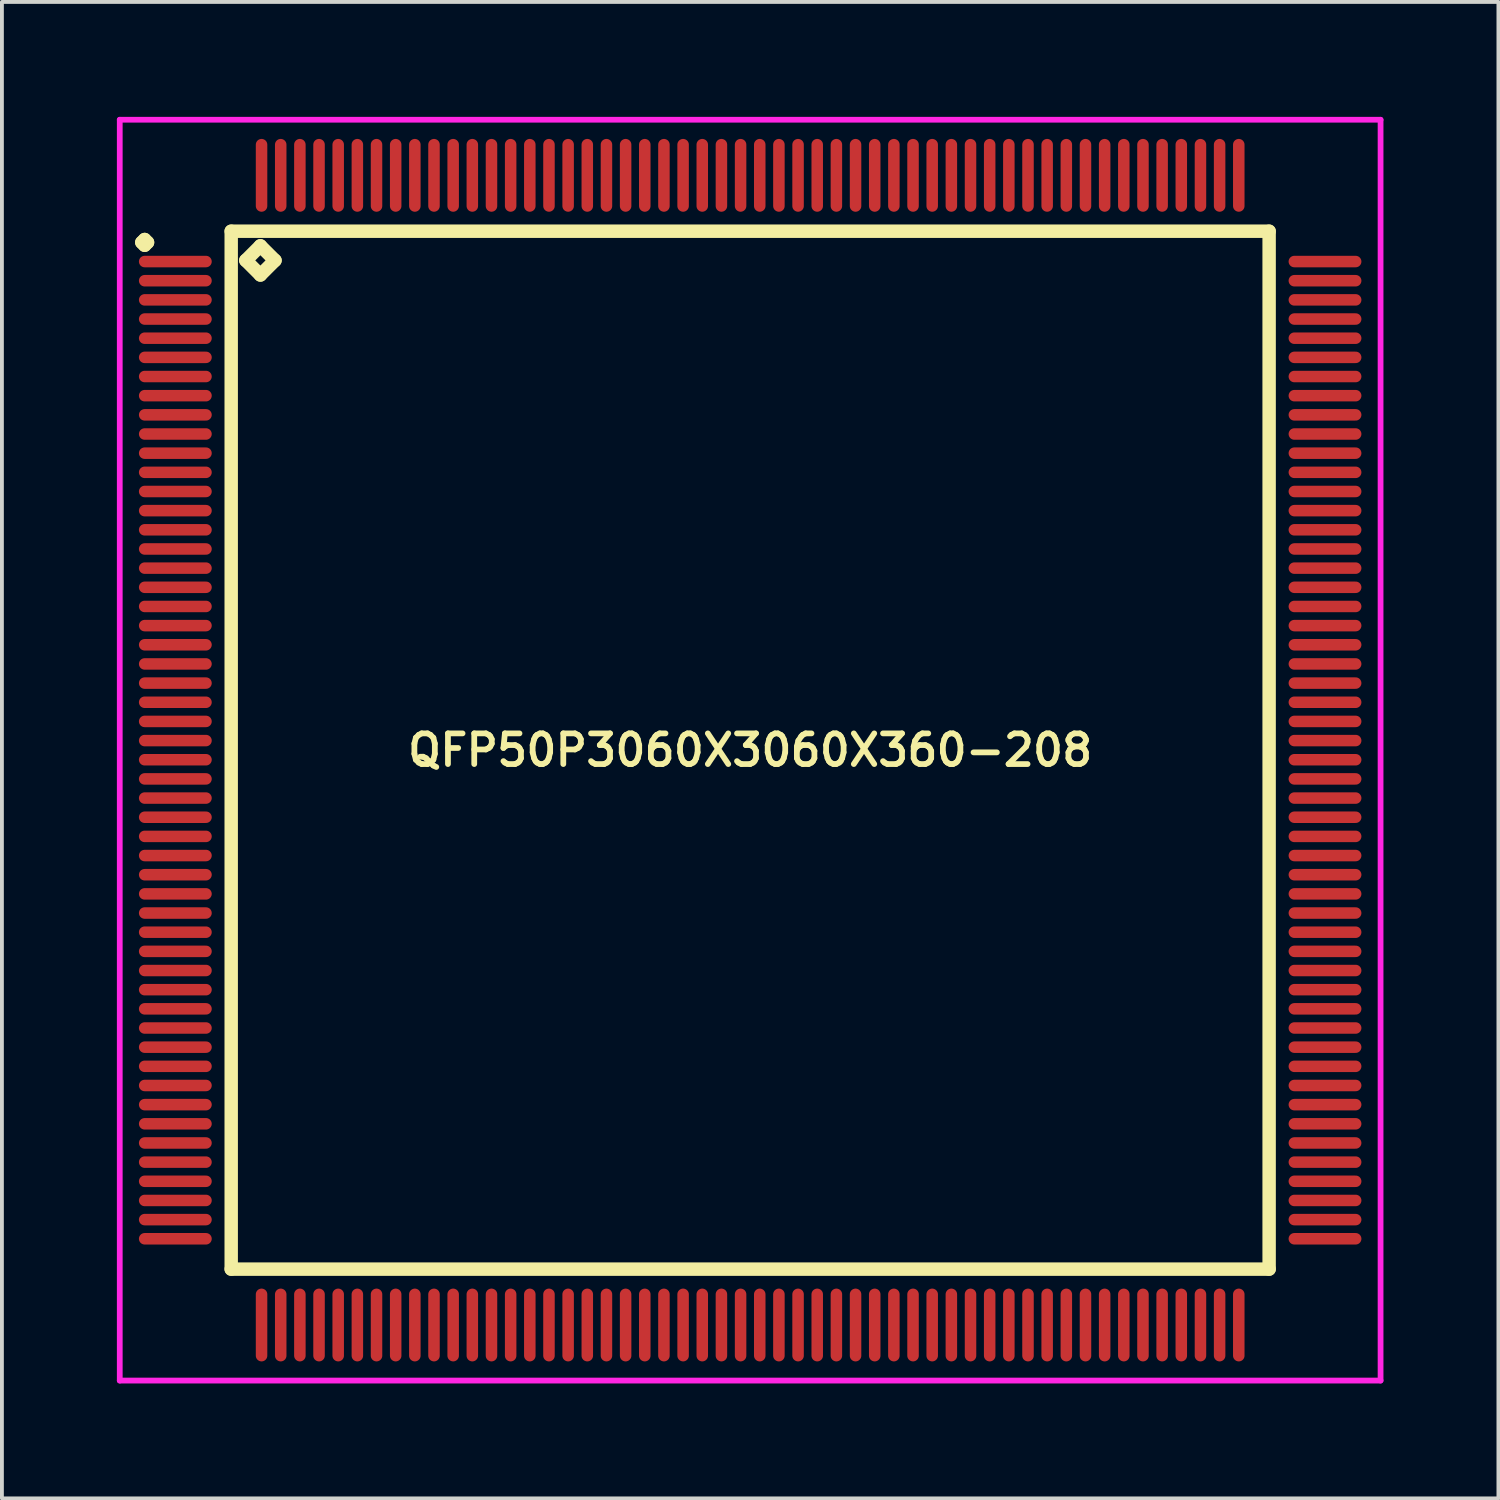
<source format=kicad_pcb>
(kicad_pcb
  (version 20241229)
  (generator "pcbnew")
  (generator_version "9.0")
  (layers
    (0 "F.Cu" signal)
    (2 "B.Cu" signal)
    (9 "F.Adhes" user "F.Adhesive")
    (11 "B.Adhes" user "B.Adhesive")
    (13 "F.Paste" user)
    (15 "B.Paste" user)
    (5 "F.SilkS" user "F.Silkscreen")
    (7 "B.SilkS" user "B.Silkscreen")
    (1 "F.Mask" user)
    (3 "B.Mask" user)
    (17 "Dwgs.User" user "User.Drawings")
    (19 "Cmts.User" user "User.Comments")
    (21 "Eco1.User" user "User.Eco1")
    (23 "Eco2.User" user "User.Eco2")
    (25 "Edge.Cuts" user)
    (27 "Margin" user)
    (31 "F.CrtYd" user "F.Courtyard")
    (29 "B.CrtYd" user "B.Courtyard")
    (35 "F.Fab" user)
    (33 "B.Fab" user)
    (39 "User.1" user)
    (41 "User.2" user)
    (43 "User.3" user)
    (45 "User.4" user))
  (footprint "QFP50P3060X3060X360-208"
    (layer "F.Cu")
    (at 16.525 16.525)
    (property "Reference" "QFP50P3060X3060X360-208" (at 0 0 0) (layer "F.SilkS") (effects (font (size 0.8 0.8) (thickness 0.15))))
    (attr through_hole)
    (fp_line (start -15.875 -13.25) (end -15.8 -13.325) (stroke (width 0.35) (type solid)) (layer "F.SilkS"))
    (fp_line (start -15.8 -13.325) (end -15.725 -13.25) (stroke (width 0.35) (type solid)) (layer "F.SilkS"))
    (fp_line (start -15.8 -13.175) (end -15.875 -13.25) (stroke (width 0.35) (type solid)) (layer "F.SilkS"))
    (fp_line (start -15.725 -13.25) (end -15.8 -13.175) (stroke (width 0.35) (type solid)) (layer "F.SilkS"))
    (fp_line (start -13.542 -13.542) (end -13.542 13.542) (stroke (width 0.35) (type solid)) (layer "F.SilkS"))
    (fp_line (start -13.542 13.542) (end 13.542 13.542) (stroke (width 0.35) (type solid)) (layer "F.SilkS"))
    (fp_line (start -13.161 -12.78) (end -12.78 -13.161) (stroke (width 0.35) (type solid)) (layer "F.SilkS"))
    (fp_line (start -12.78 -13.161) (end -12.399 -12.78) (stroke (width 0.35) (type solid)) (layer "F.SilkS"))
    (fp_line (start -12.78 -12.399) (end -13.161 -12.78) (stroke (width 0.35) (type solid)) (layer "F.SilkS"))
    (fp_line (start -12.399 -12.78) (end -12.78 -12.399) (stroke (width 0.35) (type solid)) (layer "F.SilkS"))
    (fp_line (start 13.542 -13.542) (end -13.542 -13.542) (stroke (width 0.35) (type solid)) (layer "F.SilkS"))
    (fp_line (start 13.542 13.542) (end 13.542 -13.542) (stroke (width 0.35) (type solid)) (layer "F.SilkS"))
    (fp_line (start -16.45 -16.45) (end 16.45 -16.45) (stroke (width 0.15) (type solid)) (layer "F.CrtYd"))
    (fp_line (start -16.45 16.45) (end -16.45 -16.45) (stroke (width 0.15) (type solid)) (layer "F.CrtYd"))
    (fp_line (start 16.45 -16.45) (end 16.45 16.45) (stroke (width 0.15) (type solid)) (layer "F.CrtYd"))
    (fp_line (start 16.45 16.45) (end -16.45 16.45) (stroke (width 0.15) (type solid)) (layer "F.CrtYd"))
    (pad "1" smd oval (at -15 -12.75) (size 1.9 0.3) (layers "F.Cu" "F.Mask" "F.Paste"))
    (pad "2" smd oval (at -15 -12.25) (size 1.9 0.3) (layers "F.Cu" "F.Mask" "F.Paste"))
    (pad "3" smd oval (at -15 -11.75) (size 1.9 0.3) (layers "F.Cu" "F.Mask" "F.Paste"))
    (pad "4" smd oval (at -15 -11.25) (size 1.9 0.3) (layers "F.Cu" "F.Mask" "F.Paste"))
    (pad "5" smd oval (at -15 -10.75) (size 1.9 0.3) (layers "F.Cu" "F.Mask" "F.Paste"))
    (pad "6" smd oval (at -15 -10.25) (size 1.9 0.3) (layers "F.Cu" "F.Mask" "F.Paste"))
    (pad "7" smd oval (at -15 -9.75) (size 1.9 0.3) (layers "F.Cu" "F.Mask" "F.Paste"))
    (pad "8" smd oval (at -15 -9.25) (size 1.9 0.3) (layers "F.Cu" "F.Mask" "F.Paste"))
    (pad "9" smd oval (at -15 -8.75) (size 1.9 0.3) (layers "F.Cu" "F.Mask" "F.Paste"))
    (pad "10" smd oval (at -15 -8.25) (size 1.9 0.3) (layers "F.Cu" "F.Mask" "F.Paste"))
    (pad "11" smd oval (at -15 -7.75) (size 1.9 0.3) (layers "F.Cu" "F.Mask" "F.Paste"))
    (pad "12" smd oval (at -15 -7.25) (size 1.9 0.3) (layers "F.Cu" "F.Mask" "F.Paste"))
    (pad "13" smd oval (at -15 -6.75) (size 1.9 0.3) (layers "F.Cu" "F.Mask" "F.Paste"))
    (pad "14" smd oval (at -15 -6.25) (size 1.9 0.3) (layers "F.Cu" "F.Mask" "F.Paste"))
    (pad "15" smd oval (at -15 -5.75) (size 1.9 0.3) (layers "F.Cu" "F.Mask" "F.Paste"))
    (pad "16" smd oval (at -15 -5.25) (size 1.9 0.3) (layers "F.Cu" "F.Mask" "F.Paste"))
    (pad "17" smd oval (at -15 -4.75) (size 1.9 0.3) (layers "F.Cu" "F.Mask" "F.Paste"))
    (pad "18" smd oval (at -15 -4.25) (size 1.9 0.3) (layers "F.Cu" "F.Mask" "F.Paste"))
    (pad "19" smd oval (at -15 -3.75) (size 1.9 0.3) (layers "F.Cu" "F.Mask" "F.Paste"))
    (pad "20" smd oval (at -15 -3.25) (size 1.9 0.3) (layers "F.Cu" "F.Mask" "F.Paste"))
    (pad "21" smd oval (at -15 -2.75) (size 1.9 0.3) (layers "F.Cu" "F.Mask" "F.Paste"))
    (pad "22" smd oval (at -15 -2.25) (size 1.9 0.3) (layers "F.Cu" "F.Mask" "F.Paste"))
    (pad "23" smd oval (at -15 -1.75) (size 1.9 0.3) (layers "F.Cu" "F.Mask" "F.Paste"))
    (pad "24" smd oval (at -15 -1.25) (size 1.9 0.3) (layers "F.Cu" "F.Mask" "F.Paste"))
    (pad "25" smd oval (at -15 -0.75) (size 1.9 0.3) (layers "F.Cu" "F.Mask" "F.Paste"))
    (pad "26" smd oval (at -15 -0.25) (size 1.9 0.3) (layers "F.Cu" "F.Mask" "F.Paste"))
    (pad "27" smd oval (at -15 0.25) (size 1.9 0.3) (layers "F.Cu" "F.Mask" "F.Paste"))
    (pad "28" smd oval (at -15 0.75) (size 1.9 0.3) (layers "F.Cu" "F.Mask" "F.Paste"))
    (pad "29" smd oval (at -15 1.25) (size 1.9 0.3) (layers "F.Cu" "F.Mask" "F.Paste"))
    (pad "30" smd oval (at -15 1.75) (size 1.9 0.3) (layers "F.Cu" "F.Mask" "F.Paste"))
    (pad "31" smd oval (at -15 2.25) (size 1.9 0.3) (layers "F.Cu" "F.Mask" "F.Paste"))
    (pad "32" smd oval (at -15 2.75) (size 1.9 0.3) (layers "F.Cu" "F.Mask" "F.Paste"))
    (pad "33" smd oval (at -15 3.25) (size 1.9 0.3) (layers "F.Cu" "F.Mask" "F.Paste"))
    (pad "34" smd oval (at -15 3.75) (size 1.9 0.3) (layers "F.Cu" "F.Mask" "F.Paste"))
    (pad "35" smd oval (at -15 4.25) (size 1.9 0.3) (layers "F.Cu" "F.Mask" "F.Paste"))
    (pad "36" smd oval (at -15 4.75) (size 1.9 0.3) (layers "F.Cu" "F.Mask" "F.Paste"))
    (pad "37" smd oval (at -15 5.25) (size 1.9 0.3) (layers "F.Cu" "F.Mask" "F.Paste"))
    (pad "38" smd oval (at -15 5.75) (size 1.9 0.3) (layers "F.Cu" "F.Mask" "F.Paste"))
    (pad "39" smd oval (at -15 6.25) (size 1.9 0.3) (layers "F.Cu" "F.Mask" "F.Paste"))
    (pad "40" smd oval (at -15 6.75) (size 1.9 0.3) (layers "F.Cu" "F.Mask" "F.Paste"))
    (pad "41" smd oval (at -15 7.25) (size 1.9 0.3) (layers "F.Cu" "F.Mask" "F.Paste"))
    (pad "42" smd oval (at -15 7.75) (size 1.9 0.3) (layers "F.Cu" "F.Mask" "F.Paste"))
    (pad "43" smd oval (at -15 8.25) (size 1.9 0.3) (layers "F.Cu" "F.Mask" "F.Paste"))
    (pad "44" smd oval (at -15 8.75) (size 1.9 0.3) (layers "F.Cu" "F.Mask" "F.Paste"))
    (pad "45" smd oval (at -15 9.25) (size 1.9 0.3) (layers "F.Cu" "F.Mask" "F.Paste"))
    (pad "46" smd oval (at -15 9.75) (size 1.9 0.3) (layers "F.Cu" "F.Mask" "F.Paste"))
    (pad "47" smd oval (at -15 10.25) (size 1.9 0.3) (layers "F.Cu" "F.Mask" "F.Paste"))
    (pad "48" smd oval (at -15 10.75) (size 1.9 0.3) (layers "F.Cu" "F.Mask" "F.Paste"))
    (pad "49" smd oval (at -15 11.25) (size 1.9 0.3) (layers "F.Cu" "F.Mask" "F.Paste"))
    (pad "50" smd oval (at -15 11.75) (size 1.9 0.3) (layers "F.Cu" "F.Mask" "F.Paste"))
    (pad "51" smd oval (at -15 12.25) (size 1.9 0.3) (layers "F.Cu" "F.Mask" "F.Paste"))
    (pad "52" smd oval (at -15 12.75) (size 1.9 0.3) (layers "F.Cu" "F.Mask" "F.Paste"))
    (pad "53" smd oval (at -12.75 15) (size 0.3 1.9) (layers "F.Cu" "F.Mask" "F.Paste"))
    (pad "54" smd oval (at -12.25 15) (size 0.3 1.9) (layers "F.Cu" "F.Mask" "F.Paste"))
    (pad "55" smd oval (at -11.75 15) (size 0.3 1.9) (layers "F.Cu" "F.Mask" "F.Paste"))
    (pad "56" smd oval (at -11.25 15) (size 0.3 1.9) (layers "F.Cu" "F.Mask" "F.Paste"))
    (pad "57" smd oval (at -10.75 15) (size 0.3 1.9) (layers "F.Cu" "F.Mask" "F.Paste"))
    (pad "58" smd oval (at -10.25 15) (size 0.3 1.9) (layers "F.Cu" "F.Mask" "F.Paste"))
    (pad "59" smd oval (at -9.75 15) (size 0.3 1.9) (layers "F.Cu" "F.Mask" "F.Paste"))
    (pad "60" smd oval (at -9.25 15) (size 0.3 1.9) (layers "F.Cu" "F.Mask" "F.Paste"))
    (pad "61" smd oval (at -8.75 15) (size 0.3 1.9) (layers "F.Cu" "F.Mask" "F.Paste"))
    (pad "62" smd oval (at -8.25 15) (size 0.3 1.9) (layers "F.Cu" "F.Mask" "F.Paste"))
    (pad "63" smd oval (at -7.75 15) (size 0.3 1.9) (layers "F.Cu" "F.Mask" "F.Paste"))
    (pad "64" smd oval (at -7.25 15) (size 0.3 1.9) (layers "F.Cu" "F.Mask" "F.Paste"))
    (pad "65" smd oval (at -6.75 15) (size 0.3 1.9) (layers "F.Cu" "F.Mask" "F.Paste"))
    (pad "66" smd oval (at -6.25 15) (size 0.3 1.9) (layers "F.Cu" "F.Mask" "F.Paste"))
    (pad "67" smd oval (at -5.75 15) (size 0.3 1.9) (layers "F.Cu" "F.Mask" "F.Paste"))
    (pad "68" smd oval (at -5.25 15) (size 0.3 1.9) (layers "F.Cu" "F.Mask" "F.Paste"))
    (pad "69" smd oval (at -4.75 15) (size 0.3 1.9) (layers "F.Cu" "F.Mask" "F.Paste"))
    (pad "70" smd oval (at -4.25 15) (size 0.3 1.9) (layers "F.Cu" "F.Mask" "F.Paste"))
    (pad "71" smd oval (at -3.75 15) (size 0.3 1.9) (layers "F.Cu" "F.Mask" "F.Paste"))
    (pad "72" smd oval (at -3.25 15) (size 0.3 1.9) (layers "F.Cu" "F.Mask" "F.Paste"))
    (pad "73" smd oval (at -2.75 15) (size 0.3 1.9) (layers "F.Cu" "F.Mask" "F.Paste"))
    (pad "74" smd oval (at -2.25 15) (size 0.3 1.9) (layers "F.Cu" "F.Mask" "F.Paste"))
    (pad "75" smd oval (at -1.75 15) (size 0.3 1.9) (layers "F.Cu" "F.Mask" "F.Paste"))
    (pad "76" smd oval (at -1.25 15) (size 0.3 1.9) (layers "F.Cu" "F.Mask" "F.Paste"))
    (pad "77" smd oval (at -0.75 15) (size 0.3 1.9) (layers "F.Cu" "F.Mask" "F.Paste"))
    (pad "78" smd oval (at -0.25 15) (size 0.3 1.9) (layers "F.Cu" "F.Mask" "F.Paste"))
    (pad "79" smd oval (at 0.25 15) (size 0.3 1.9) (layers "F.Cu" "F.Mask" "F.Paste"))
    (pad "80" smd oval (at 0.75 15) (size 0.3 1.9) (layers "F.Cu" "F.Mask" "F.Paste"))
    (pad "81" smd oval (at 1.25 15) (size 0.3 1.9) (layers "F.Cu" "F.Mask" "F.Paste"))
    (pad "82" smd oval (at 1.75 15) (size 0.3 1.9) (layers "F.Cu" "F.Mask" "F.Paste"))
    (pad "83" smd oval (at 2.25 15) (size 0.3 1.9) (layers "F.Cu" "F.Mask" "F.Paste"))
    (pad "84" smd oval (at 2.75 15) (size 0.3 1.9) (layers "F.Cu" "F.Mask" "F.Paste"))
    (pad "85" smd oval (at 3.25 15) (size 0.3 1.9) (layers "F.Cu" "F.Mask" "F.Paste"))
    (pad "86" smd oval (at 3.75 15) (size 0.3 1.9) (layers "F.Cu" "F.Mask" "F.Paste"))
    (pad "87" smd oval (at 4.25 15) (size 0.3 1.9) (layers "F.Cu" "F.Mask" "F.Paste"))
    (pad "88" smd oval (at 4.75 15) (size 0.3 1.9) (layers "F.Cu" "F.Mask" "F.Paste"))
    (pad "89" smd oval (at 5.25 15) (size 0.3 1.9) (layers "F.Cu" "F.Mask" "F.Paste"))
    (pad "90" smd oval (at 5.75 15) (size 0.3 1.9) (layers "F.Cu" "F.Mask" "F.Paste"))
    (pad "91" smd oval (at 6.25 15) (size 0.3 1.9) (layers "F.Cu" "F.Mask" "F.Paste"))
    (pad "92" smd oval (at 6.75 15) (size 0.3 1.9) (layers "F.Cu" "F.Mask" "F.Paste"))
    (pad "93" smd oval (at 7.25 15) (size 0.3 1.9) (layers "F.Cu" "F.Mask" "F.Paste"))
    (pad "94" smd oval (at 7.75 15) (size 0.3 1.9) (layers "F.Cu" "F.Mask" "F.Paste"))
    (pad "95" smd oval (at 8.25 15) (size 0.3 1.9) (layers "F.Cu" "F.Mask" "F.Paste"))
    (pad "96" smd oval (at 8.75 15) (size 0.3 1.9) (layers "F.Cu" "F.Mask" "F.Paste"))
    (pad "97" smd oval (at 9.25 15) (size 0.3 1.9) (layers "F.Cu" "F.Mask" "F.Paste"))
    (pad "98" smd oval (at 9.75 15) (size 0.3 1.9) (layers "F.Cu" "F.Mask" "F.Paste"))
    (pad "99" smd oval (at 10.25 15) (size 0.3 1.9) (layers "F.Cu" "F.Mask" "F.Paste"))
    (pad "100" smd oval (at 10.75 15) (size 0.3 1.9) (layers "F.Cu" "F.Mask" "F.Paste"))
    (pad "101" smd oval (at 11.25 15) (size 0.3 1.9) (layers "F.Cu" "F.Mask" "F.Paste"))
    (pad "102" smd oval (at 11.75 15) (size 0.3 1.9) (layers "F.Cu" "F.Mask" "F.Paste"))
    (pad "103" smd oval (at 12.25 15) (size 0.3 1.9) (layers "F.Cu" "F.Mask" "F.Paste"))
    (pad "104" smd oval (at 12.75 15) (size 0.3 1.9) (layers "F.Cu" "F.Mask" "F.Paste"))
    (pad "105" smd oval (at 15 12.75) (size 1.9 0.3) (layers "F.Cu" "F.Mask" "F.Paste"))
    (pad "106" smd oval (at 15 12.25) (size 1.9 0.3) (layers "F.Cu" "F.Mask" "F.Paste"))
    (pad "107" smd oval (at 15 11.75) (size 1.9 0.3) (layers "F.Cu" "F.Mask" "F.Paste"))
    (pad "108" smd oval (at 15 11.25) (size 1.9 0.3) (layers "F.Cu" "F.Mask" "F.Paste"))
    (pad "109" smd oval (at 15 10.75) (size 1.9 0.3) (layers "F.Cu" "F.Mask" "F.Paste"))
    (pad "110" smd oval (at 15 10.25) (size 1.9 0.3) (layers "F.Cu" "F.Mask" "F.Paste"))
    (pad "111" smd oval (at 15 9.75) (size 1.9 0.3) (layers "F.Cu" "F.Mask" "F.Paste"))
    (pad "112" smd oval (at 15 9.25) (size 1.9 0.3) (layers "F.Cu" "F.Mask" "F.Paste"))
    (pad "113" smd oval (at 15 8.75) (size 1.9 0.3) (layers "F.Cu" "F.Mask" "F.Paste"))
    (pad "114" smd oval (at 15 8.25) (size 1.9 0.3) (layers "F.Cu" "F.Mask" "F.Paste"))
    (pad "115" smd oval (at 15 7.75) (size 1.9 0.3) (layers "F.Cu" "F.Mask" "F.Paste"))
    (pad "116" smd oval (at 15 7.25) (size 1.9 0.3) (layers "F.Cu" "F.Mask" "F.Paste"))
    (pad "117" smd oval (at 15 6.75) (size 1.9 0.3) (layers "F.Cu" "F.Mask" "F.Paste"))
    (pad "118" smd oval (at 15 6.25) (size 1.9 0.3) (layers "F.Cu" "F.Mask" "F.Paste"))
    (pad "119" smd oval (at 15 5.75) (size 1.9 0.3) (layers "F.Cu" "F.Mask" "F.Paste"))
    (pad "120" smd oval (at 15 5.25) (size 1.9 0.3) (layers "F.Cu" "F.Mask" "F.Paste"))
    (pad "121" smd oval (at 15 4.75) (size 1.9 0.3) (layers "F.Cu" "F.Mask" "F.Paste"))
    (pad "122" smd oval (at 15 4.25) (size 1.9 0.3) (layers "F.Cu" "F.Mask" "F.Paste"))
    (pad "123" smd oval (at 15 3.75) (size 1.9 0.3) (layers "F.Cu" "F.Mask" "F.Paste"))
    (pad "124" smd oval (at 15 3.25) (size 1.9 0.3) (layers "F.Cu" "F.Mask" "F.Paste"))
    (pad "125" smd oval (at 15 2.75) (size 1.9 0.3) (layers "F.Cu" "F.Mask" "F.Paste"))
    (pad "126" smd oval (at 15 2.25) (size 1.9 0.3) (layers "F.Cu" "F.Mask" "F.Paste"))
    (pad "127" smd oval (at 15 1.75) (size 1.9 0.3) (layers "F.Cu" "F.Mask" "F.Paste"))
    (pad "128" smd oval (at 15 1.25) (size 1.9 0.3) (layers "F.Cu" "F.Mask" "F.Paste"))
    (pad "129" smd oval (at 15 0.75) (size 1.9 0.3) (layers "F.Cu" "F.Mask" "F.Paste"))
    (pad "130" smd oval (at 15 0.25) (size 1.9 0.3) (layers "F.Cu" "F.Mask" "F.Paste"))
    (pad "131" smd oval (at 15 -0.25) (size 1.9 0.3) (layers "F.Cu" "F.Mask" "F.Paste"))
    (pad "132" smd oval (at 15 -0.75) (size 1.9 0.3) (layers "F.Cu" "F.Mask" "F.Paste"))
    (pad "133" smd oval (at 15 -1.25) (size 1.9 0.3) (layers "F.Cu" "F.Mask" "F.Paste"))
    (pad "134" smd oval (at 15 -1.75) (size 1.9 0.3) (layers "F.Cu" "F.Mask" "F.Paste"))
    (pad "135" smd oval (at 15 -2.25) (size 1.9 0.3) (layers "F.Cu" "F.Mask" "F.Paste"))
    (pad "136" smd oval (at 15 -2.75) (size 1.9 0.3) (layers "F.Cu" "F.Mask" "F.Paste"))
    (pad "137" smd oval (at 15 -3.25) (size 1.9 0.3) (layers "F.Cu" "F.Mask" "F.Paste"))
    (pad "138" smd oval (at 15 -3.75) (size 1.9 0.3) (layers "F.Cu" "F.Mask" "F.Paste"))
    (pad "139" smd oval (at 15 -4.25) (size 1.9 0.3) (layers "F.Cu" "F.Mask" "F.Paste"))
    (pad "140" smd oval (at 15 -4.75) (size 1.9 0.3) (layers "F.Cu" "F.Mask" "F.Paste"))
    (pad "141" smd oval (at 15 -5.25) (size 1.9 0.3) (layers "F.Cu" "F.Mask" "F.Paste"))
    (pad "142" smd oval (at 15 -5.75) (size 1.9 0.3) (layers "F.Cu" "F.Mask" "F.Paste"))
    (pad "143" smd oval (at 15 -6.25) (size 1.9 0.3) (layers "F.Cu" "F.Mask" "F.Paste"))
    (pad "144" smd oval (at 15 -6.75) (size 1.9 0.3) (layers "F.Cu" "F.Mask" "F.Paste"))
    (pad "145" smd oval (at 15 -7.25) (size 1.9 0.3) (layers "F.Cu" "F.Mask" "F.Paste"))
    (pad "146" smd oval (at 15 -7.75) (size 1.9 0.3) (layers "F.Cu" "F.Mask" "F.Paste"))
    (pad "147" smd oval (at 15 -8.25) (size 1.9 0.3) (layers "F.Cu" "F.Mask" "F.Paste"))
    (pad "148" smd oval (at 15 -8.75) (size 1.9 0.3) (layers "F.Cu" "F.Mask" "F.Paste"))
    (pad "149" smd oval (at 15 -9.25) (size 1.9 0.3) (layers "F.Cu" "F.Mask" "F.Paste"))
    (pad "150" smd oval (at 15 -9.75) (size 1.9 0.3) (layers "F.Cu" "F.Mask" "F.Paste"))
    (pad "151" smd oval (at 15 -10.25) (size 1.9 0.3) (layers "F.Cu" "F.Mask" "F.Paste"))
    (pad "152" smd oval (at 15 -10.75) (size 1.9 0.3) (layers "F.Cu" "F.Mask" "F.Paste"))
    (pad "153" smd oval (at 15 -11.25) (size 1.9 0.3) (layers "F.Cu" "F.Mask" "F.Paste"))
    (pad "154" smd oval (at 15 -11.75) (size 1.9 0.3) (layers "F.Cu" "F.Mask" "F.Paste"))
    (pad "155" smd oval (at 15 -12.25) (size 1.9 0.3) (layers "F.Cu" "F.Mask" "F.Paste"))
    (pad "156" smd oval (at 15 -12.75) (size 1.9 0.3) (layers "F.Cu" "F.Mask" "F.Paste"))
    (pad "157" smd oval (at 12.75 -15) (size 0.3 1.9) (layers "F.Cu" "F.Mask" "F.Paste"))
    (pad "158" smd oval (at 12.25 -15) (size 0.3 1.9) (layers "F.Cu" "F.Mask" "F.Paste"))
    (pad "159" smd oval (at 11.75 -15) (size 0.3 1.9) (layers "F.Cu" "F.Mask" "F.Paste"))
    (pad "160" smd oval (at 11.25 -15) (size 0.3 1.9) (layers "F.Cu" "F.Mask" "F.Paste"))
    (pad "161" smd oval (at 10.75 -15) (size 0.3 1.9) (layers "F.Cu" "F.Mask" "F.Paste"))
    (pad "162" smd oval (at 10.25 -15) (size 0.3 1.9) (layers "F.Cu" "F.Mask" "F.Paste"))
    (pad "163" smd oval (at 9.75 -15) (size 0.3 1.9) (layers "F.Cu" "F.Mask" "F.Paste"))
    (pad "164" smd oval (at 9.25 -15) (size 0.3 1.9) (layers "F.Cu" "F.Mask" "F.Paste"))
    (pad "165" smd oval (at 8.75 -15) (size 0.3 1.9) (layers "F.Cu" "F.Mask" "F.Paste"))
    (pad "166" smd oval (at 8.25 -15) (size 0.3 1.9) (layers "F.Cu" "F.Mask" "F.Paste"))
    (pad "167" smd oval (at 7.75 -15) (size 0.3 1.9) (layers "F.Cu" "F.Mask" "F.Paste"))
    (pad "168" smd oval (at 7.25 -15) (size 0.3 1.9) (layers "F.Cu" "F.Mask" "F.Paste"))
    (pad "169" smd oval (at 6.75 -15) (size 0.3 1.9) (layers "F.Cu" "F.Mask" "F.Paste"))
    (pad "170" smd oval (at 6.25 -15) (size 0.3 1.9) (layers "F.Cu" "F.Mask" "F.Paste"))
    (pad "171" smd oval (at 5.75 -15) (size 0.3 1.9) (layers "F.Cu" "F.Mask" "F.Paste"))
    (pad "172" smd oval (at 5.25 -15) (size 0.3 1.9) (layers "F.Cu" "F.Mask" "F.Paste"))
    (pad "173" smd oval (at 4.75 -15) (size 0.3 1.9) (layers "F.Cu" "F.Mask" "F.Paste"))
    (pad "174" smd oval (at 4.25 -15) (size 0.3 1.9) (layers "F.Cu" "F.Mask" "F.Paste"))
    (pad "175" smd oval (at 3.75 -15) (size 0.3 1.9) (layers "F.Cu" "F.Mask" "F.Paste"))
    (pad "176" smd oval (at 3.25 -15) (size 0.3 1.9) (layers "F.Cu" "F.Mask" "F.Paste"))
    (pad "177" smd oval (at 2.75 -15) (size 0.3 1.9) (layers "F.Cu" "F.Mask" "F.Paste"))
    (pad "178" smd oval (at 2.25 -15) (size 0.3 1.9) (layers "F.Cu" "F.Mask" "F.Paste"))
    (pad "179" smd oval (at 1.75 -15) (size 0.3 1.9) (layers "F.Cu" "F.Mask" "F.Paste"))
    (pad "180" smd oval (at 1.25 -15) (size 0.3 1.9) (layers "F.Cu" "F.Mask" "F.Paste"))
    (pad "181" smd oval (at 0.75 -15) (size 0.3 1.9) (layers "F.Cu" "F.Mask" "F.Paste"))
    (pad "182" smd oval (at 0.25 -15) (size 0.3 1.9) (layers "F.Cu" "F.Mask" "F.Paste"))
    (pad "183" smd oval (at -0.25 -15) (size 0.3 1.9) (layers "F.Cu" "F.Mask" "F.Paste"))
    (pad "184" smd oval (at -0.75 -15) (size 0.3 1.9) (layers "F.Cu" "F.Mask" "F.Paste"))
    (pad "185" smd oval (at -1.25 -15) (size 0.3 1.9) (layers "F.Cu" "F.Mask" "F.Paste"))
    (pad "186" smd oval (at -1.75 -15) (size 0.3 1.9) (layers "F.Cu" "F.Mask" "F.Paste"))
    (pad "187" smd oval (at -2.25 -15) (size 0.3 1.9) (layers "F.Cu" "F.Mask" "F.Paste"))
    (pad "188" smd oval (at -2.75 -15) (size 0.3 1.9) (layers "F.Cu" "F.Mask" "F.Paste"))
    (pad "189" smd oval (at -3.25 -15) (size 0.3 1.9) (layers "F.Cu" "F.Mask" "F.Paste"))
    (pad "190" smd oval (at -3.75 -15) (size 0.3 1.9) (layers "F.Cu" "F.Mask" "F.Paste"))
    (pad "191" smd oval (at -4.25 -15) (size 0.3 1.9) (layers "F.Cu" "F.Mask" "F.Paste"))
    (pad "192" smd oval (at -4.75 -15) (size 0.3 1.9) (layers "F.Cu" "F.Mask" "F.Paste"))
    (pad "193" smd oval (at -5.25 -15) (size 0.3 1.9) (layers "F.Cu" "F.Mask" "F.Paste"))
    (pad "194" smd oval (at -5.75 -15) (size 0.3 1.9) (layers "F.Cu" "F.Mask" "F.Paste"))
    (pad "195" smd oval (at -6.25 -15) (size 0.3 1.9) (layers "F.Cu" "F.Mask" "F.Paste"))
    (pad "196" smd oval (at -6.75 -15) (size 0.3 1.9) (layers "F.Cu" "F.Mask" "F.Paste"))
    (pad "197" smd oval (at -7.25 -15) (size 0.3 1.9) (layers "F.Cu" "F.Mask" "F.Paste"))
    (pad "198" smd oval (at -7.75 -15) (size 0.3 1.9) (layers "F.Cu" "F.Mask" "F.Paste"))
    (pad "199" smd oval (at -8.25 -15) (size 0.3 1.9) (layers "F.Cu" "F.Mask" "F.Paste"))
    (pad "200" smd oval (at -8.75 -15) (size 0.3 1.9) (layers "F.Cu" "F.Mask" "F.Paste"))
    (pad "201" smd oval (at -9.25 -15) (size 0.3 1.9) (layers "F.Cu" "F.Mask" "F.Paste"))
    (pad "202" smd oval (at -9.75 -15) (size 0.3 1.9) (layers "F.Cu" "F.Mask" "F.Paste"))
    (pad "203" smd oval (at -10.25 -15) (size 0.3 1.9) (layers "F.Cu" "F.Mask" "F.Paste"))
    (pad "204" smd oval (at -10.75 -15) (size 0.3 1.9) (layers "F.Cu" "F.Mask" "F.Paste"))
    (pad "205" smd oval (at -11.25 -15) (size 0.3 1.9) (layers "F.Cu" "F.Mask" "F.Paste"))
    (pad "206" smd oval (at -11.75 -15) (size 0.3 1.9) (layers "F.Cu" "F.Mask" "F.Paste"))
    (pad "207" smd oval (at -12.25 -15) (size 0.3 1.9) (layers "F.Cu" "F.Mask" "F.Paste"))
    (pad "208" smd oval (at -12.75 -15) (size 0.3 1.9) (layers "F.Cu" "F.Mask" "F.Paste")))
  (gr_rect
    (start -3 -3)
    (end 36.05 36.05)
    (stroke (width 0.1) (type default))
    (fill no)
    (layer "Edge.Cuts")))
</source>
